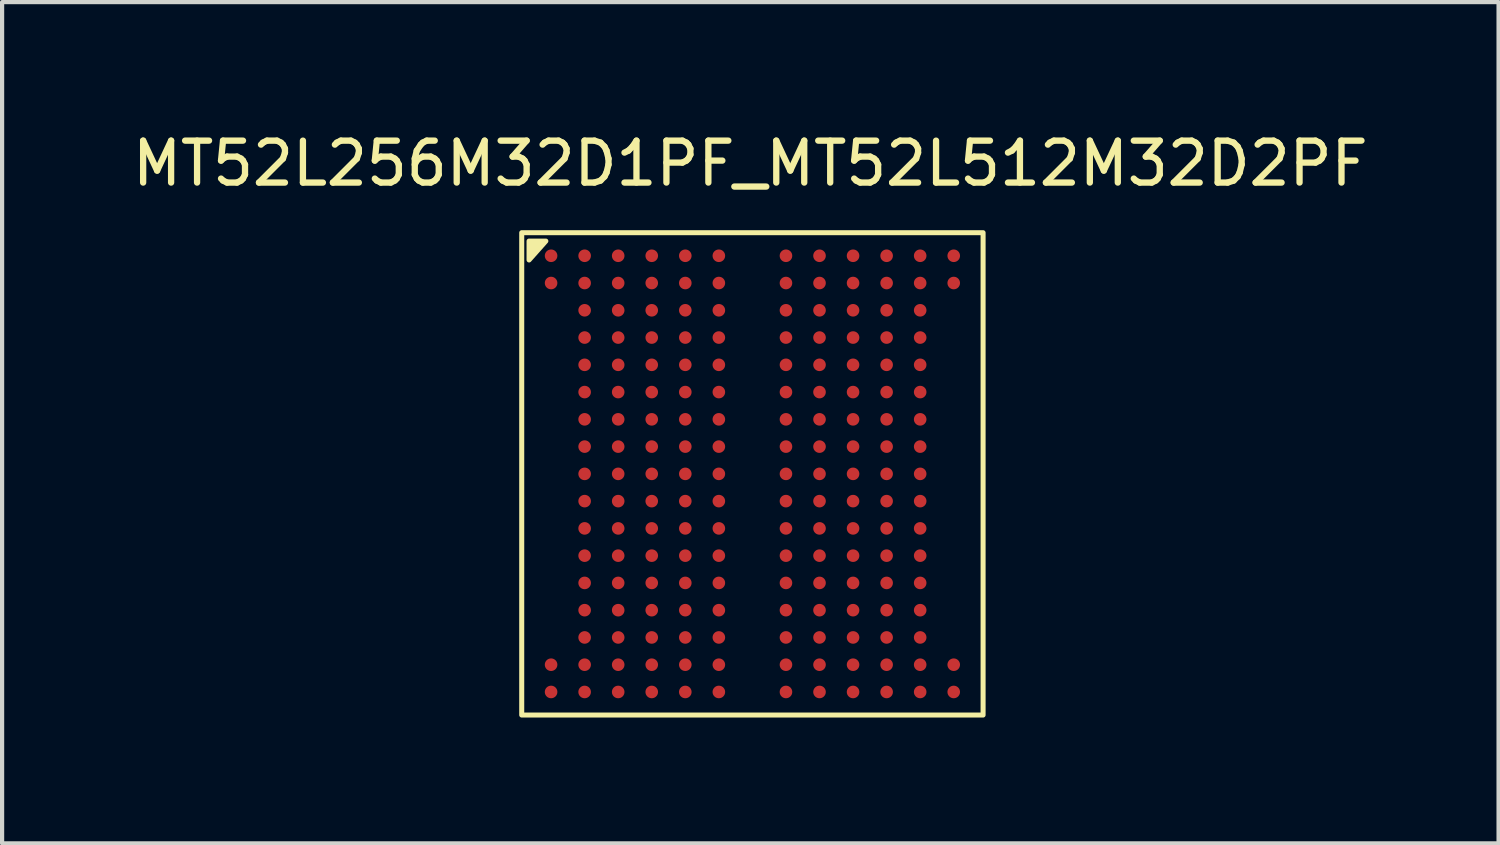
<source format=kicad_pcb>
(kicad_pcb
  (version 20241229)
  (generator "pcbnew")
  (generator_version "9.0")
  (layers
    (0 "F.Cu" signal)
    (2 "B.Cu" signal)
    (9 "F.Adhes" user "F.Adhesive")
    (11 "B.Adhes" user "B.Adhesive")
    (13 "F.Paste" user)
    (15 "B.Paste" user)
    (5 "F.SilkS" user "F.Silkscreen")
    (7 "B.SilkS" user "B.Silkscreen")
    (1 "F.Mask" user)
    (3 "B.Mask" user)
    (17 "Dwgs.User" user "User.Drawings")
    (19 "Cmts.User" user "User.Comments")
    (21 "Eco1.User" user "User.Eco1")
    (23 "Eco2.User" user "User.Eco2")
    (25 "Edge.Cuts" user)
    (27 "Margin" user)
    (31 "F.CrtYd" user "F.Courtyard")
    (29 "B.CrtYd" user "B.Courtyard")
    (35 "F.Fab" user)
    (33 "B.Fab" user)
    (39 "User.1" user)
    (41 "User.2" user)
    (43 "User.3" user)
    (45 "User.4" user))
  (footprint "MT52L256M32D1PF_MT52L512M32D2PF"
    (layer "F.Cu")
    (at 14.889 8.248)
    (property "Reference" "MT52L256M32D1PF_MT52L512M32D2PF" (at -0.05 -7.4 0) (unlocked yes) (layer "F.SilkS") (effects (font (size 1 1) (thickness 0.15))))
    (attr smd)
    (fp_rect (start -5.5 -5.75) (end 5.5 5.75) (stroke (width 0.12) (type default)) (fill no) (layer "F.SilkS"))
    (fp_poly (pts (xy -5.325 -5.55) (xy -5.325 -5.1) (xy -4.925 -5.55)) (stroke (width 0.12) (type solid)) (fill yes) (layer "F.SilkS"))
    (pad "A1" smd circle (at -4.8 -5.2) (size 0.3 0.3) (layers "F.Cu" "F.Mask" "F.Paste"))
    (pad "A2" smd circle (at -4 -5.2) (size 0.3 0.3) (layers "F.Cu" "F.Mask" "F.Paste"))
    (pad "A3" smd circle (at -3.2 -5.2) (size 0.3 0.3) (layers "F.Cu" "F.Mask" "F.Paste"))
    (pad "A4" smd circle (at -2.4 -5.2) (size 0.3 0.3) (layers "F.Cu" "F.Mask" "F.Paste"))
    (pad "A5" smd circle (at -1.6 -5.2) (size 0.3 0.3) (layers "F.Cu" "F.Mask" "F.Paste"))
    (pad "A6" smd circle (at -0.8 -5.2) (size 0.3 0.3) (layers "F.Cu" "F.Mask" "F.Paste"))
    (pad "A8" smd circle (at 0.8 -5.2) (size 0.3 0.3) (layers "F.Cu" "F.Mask" "F.Paste"))
    (pad "A9" smd circle (at 1.6 -5.2) (size 0.3 0.3) (layers "F.Cu" "F.Mask" "F.Paste"))
    (pad "A10" smd circle (at 2.4 -5.2) (size 0.3 0.3) (layers "F.Cu" "F.Mask" "F.Paste"))
    (pad "A11" smd circle (at 3.2 -5.2) (size 0.3 0.3) (layers "F.Cu" "F.Mask" "F.Paste"))
    (pad "A12" smd circle (at 4 -5.2) (size 0.3 0.3) (layers "F.Cu" "F.Mask" "F.Paste"))
    (pad "A13" smd circle (at 4.8 -5.2) (size 0.3 0.3) (layers "F.Cu" "F.Mask" "F.Paste"))
    (pad "B1" smd circle (at -4.8 -4.55) (size 0.3 0.3) (layers "F.Cu" "F.Mask" "F.Paste"))
    (pad "B2" smd circle (at -4 -4.55) (size 0.3 0.3) (layers "F.Cu" "F.Mask" "F.Paste"))
    (pad "B3" smd circle (at -3.2 -4.55) (size 0.3 0.3) (layers "F.Cu" "F.Mask" "F.Paste"))
    (pad "B4" smd circle (at -2.4 -4.55) (size 0.3 0.3) (layers "F.Cu" "F.Mask" "F.Paste"))
    (pad "B5" smd circle (at -1.6 -4.55) (size 0.3 0.3) (layers "F.Cu" "F.Mask" "F.Paste"))
    (pad "B6" smd circle (at -0.8 -4.55) (size 0.3 0.3) (layers "F.Cu" "F.Mask" "F.Paste"))
    (pad "B8" smd circle (at 0.8 -4.55) (size 0.3 0.3) (layers "F.Cu" "F.Mask" "F.Paste"))
    (pad "B9" smd circle (at 1.6 -4.55) (size 0.3 0.3) (layers "F.Cu" "F.Mask" "F.Paste"))
    (pad "B10" smd circle (at 2.4 -4.55) (size 0.3 0.3) (layers "F.Cu" "F.Mask" "F.Paste"))
    (pad "B11" smd circle (at 3.2 -4.55) (size 0.3 0.3) (layers "F.Cu" "F.Mask" "F.Paste"))
    (pad "B12" smd circle (at 4 -4.55) (size 0.3 0.3) (layers "F.Cu" "F.Mask" "F.Paste"))
    (pad "B13" smd circle (at 4.8 -4.55) (size 0.3 0.3) (layers "F.Cu" "F.Mask" "F.Paste"))
    (pad "C2" smd circle (at -4 -3.9) (size 0.3 0.3) (layers "F.Cu" "F.Mask" "F.Paste"))
    (pad "C3" smd circle (at -3.2 -3.9) (size 0.3 0.3) (layers "F.Cu" "F.Mask" "F.Paste"))
    (pad "C4" smd circle (at -2.4 -3.9) (size 0.3 0.3) (layers "F.Cu" "F.Mask" "F.Paste"))
    (pad "C5" smd circle (at -1.6 -3.9) (size 0.3 0.3) (layers "F.Cu" "F.Mask" "F.Paste"))
    (pad "C6" smd circle (at -0.8 -3.9) (size 0.3 0.3) (layers "F.Cu" "F.Mask" "F.Paste"))
    (pad "C8" smd circle (at 0.8 -3.9) (size 0.3 0.3) (layers "F.Cu" "F.Mask" "F.Paste"))
    (pad "C9" smd circle (at 1.6 -3.9) (size 0.3 0.3) (layers "F.Cu" "F.Mask" "F.Paste"))
    (pad "C10" smd circle (at 2.4 -3.9) (size 0.3 0.3) (layers "F.Cu" "F.Mask" "F.Paste"))
    (pad "C11" smd circle (at 3.2 -3.9) (size 0.3 0.3) (layers "F.Cu" "F.Mask" "F.Paste"))
    (pad "C12" smd circle (at 4 -3.9) (size 0.3 0.3) (layers "F.Cu" "F.Mask" "F.Paste"))
    (pad "D2" smd circle (at -4 -3.25) (size 0.3 0.3) (layers "F.Cu" "F.Mask" "F.Paste"))
    (pad "D3" smd circle (at -3.2 -3.25) (size 0.3 0.3) (layers "F.Cu" "F.Mask" "F.Paste"))
    (pad "D4" smd circle (at -2.4 -3.25) (size 0.3 0.3) (layers "F.Cu" "F.Mask" "F.Paste"))
    (pad "D5" smd circle (at -1.6 -3.25) (size 0.3 0.3) (layers "F.Cu" "F.Mask" "F.Paste"))
    (pad "D6" smd circle (at -0.8 -3.25) (size 0.3 0.3) (layers "F.Cu" "F.Mask" "F.Paste"))
    (pad "D8" smd circle (at 0.8 -3.25) (size 0.3 0.3) (layers "F.Cu" "F.Mask" "F.Paste"))
    (pad "D9" smd circle (at 1.6 -3.25) (size 0.3 0.3) (layers "F.Cu" "F.Mask" "F.Paste"))
    (pad "D10" smd circle (at 2.4 -3.25) (size 0.3 0.3) (layers "F.Cu" "F.Mask" "F.Paste"))
    (pad "D11" smd circle (at 3.2 -3.25) (size 0.3 0.3) (layers "F.Cu" "F.Mask" "F.Paste"))
    (pad "D12" smd circle (at 4 -3.25) (size 0.3 0.3) (layers "F.Cu" "F.Mask" "F.Paste"))
    (pad "E2" smd circle (at -4 -2.6) (size 0.3 0.3) (layers "F.Cu" "F.Mask" "F.Paste"))
    (pad "E3" smd circle (at -3.2 -2.6) (size 0.3 0.3) (layers "F.Cu" "F.Mask" "F.Paste"))
    (pad "E4" smd circle (at -2.4 -2.6) (size 0.3 0.3) (layers "F.Cu" "F.Mask" "F.Paste"))
    (pad "E5" smd circle (at -1.6 -2.6) (size 0.3 0.3) (layers "F.Cu" "F.Mask" "F.Paste"))
    (pad "E6" smd circle (at -0.8 -2.6) (size 0.3 0.3) (layers "F.Cu" "F.Mask" "F.Paste"))
    (pad "E8" smd circle (at 0.8 -2.6) (size 0.3 0.3) (layers "F.Cu" "F.Mask" "F.Paste"))
    (pad "E9" smd circle (at 1.6 -2.6) (size 0.3 0.3) (layers "F.Cu" "F.Mask" "F.Paste"))
    (pad "E10" smd circle (at 2.4 -2.6) (size 0.3 0.3) (layers "F.Cu" "F.Mask" "F.Paste"))
    (pad "E11" smd circle (at 3.2 -2.6) (size 0.3 0.3) (layers "F.Cu" "F.Mask" "F.Paste"))
    (pad "E12" smd circle (at 4 -2.6) (size 0.3 0.3) (layers "F.Cu" "F.Mask" "F.Paste"))
    (pad "F2" smd circle (at -4 -1.95) (size 0.3 0.3) (layers "F.Cu" "F.Mask" "F.Paste"))
    (pad "F3" smd circle (at -3.2 -1.95) (size 0.3 0.3) (layers "F.Cu" "F.Mask" "F.Paste"))
    (pad "F4" smd circle (at -2.4 -1.95) (size 0.3 0.3) (layers "F.Cu" "F.Mask" "F.Paste"))
    (pad "F5" smd circle (at -1.6 -1.95) (size 0.3 0.3) (layers "F.Cu" "F.Mask" "F.Paste"))
    (pad "F6" smd circle (at -0.8 -1.95) (size 0.3 0.3) (layers "F.Cu" "F.Mask" "F.Paste"))
    (pad "F8" smd circle (at 0.8 -1.95) (size 0.3 0.3) (layers "F.Cu" "F.Mask" "F.Paste"))
    (pad "F9" smd circle (at 1.6 -1.95) (size 0.3 0.3) (layers "F.Cu" "F.Mask" "F.Paste"))
    (pad "F10" smd circle (at 2.4 -1.95) (size 0.3 0.3) (layers "F.Cu" "F.Mask" "F.Paste"))
    (pad "F11" smd circle (at 3.2 -1.95) (size 0.3 0.3) (layers "F.Cu" "F.Mask" "F.Paste"))
    (pad "F12" smd circle (at 4 -1.95) (size 0.3 0.3) (layers "F.Cu" "F.Mask" "F.Paste"))
    (pad "G2" smd circle (at -4 -1.3) (size 0.3 0.3) (layers "F.Cu" "F.Mask" "F.Paste"))
    (pad "G3" smd circle (at -3.2 -1.3) (size 0.3 0.3) (layers "F.Cu" "F.Mask" "F.Paste"))
    (pad "G4" smd circle (at -2.4 -1.3) (size 0.3 0.3) (layers "F.Cu" "F.Mask" "F.Paste"))
    (pad "G5" smd circle (at -1.6 -1.3) (size 0.3 0.3) (layers "F.Cu" "F.Mask" "F.Paste"))
    (pad "G6" smd circle (at -0.8 -1.3) (size 0.3 0.3) (layers "F.Cu" "F.Mask" "F.Paste"))
    (pad "G8" smd circle (at 0.8 -1.3) (size 0.3 0.3) (layers "F.Cu" "F.Mask" "F.Paste"))
    (pad "G9" smd circle (at 1.6 -1.3) (size 0.3 0.3) (layers "F.Cu" "F.Mask" "F.Paste"))
    (pad "G10" smd circle (at 2.4 -1.3) (size 0.3 0.3) (layers "F.Cu" "F.Mask" "F.Paste"))
    (pad "G11" smd circle (at 3.2 -1.3) (size 0.3 0.3) (layers "F.Cu" "F.Mask" "F.Paste"))
    (pad "G12" smd circle (at 4 -1.3) (size 0.3 0.3) (layers "F.Cu" "F.Mask" "F.Paste"))
    (pad "H2" smd circle (at -4 -0.65) (size 0.3 0.3) (layers "F.Cu" "F.Mask" "F.Paste"))
    (pad "H3" smd circle (at -3.2 -0.65) (size 0.3 0.3) (layers "F.Cu" "F.Mask" "F.Paste"))
    (pad "H4" smd circle (at -2.4 -0.65) (size 0.3 0.3) (layers "F.Cu" "F.Mask" "F.Paste"))
    (pad "H5" smd circle (at -1.6 -0.65) (size 0.3 0.3) (layers "F.Cu" "F.Mask" "F.Paste"))
    (pad "H6" smd circle (at -0.8 -0.65) (size 0.3 0.3) (layers "F.Cu" "F.Mask" "F.Paste"))
    (pad "H8" smd circle (at 0.8 -0.65) (size 0.3 0.3) (layers "F.Cu" "F.Mask" "F.Paste"))
    (pad "H9" smd circle (at 1.6 -0.65) (size 0.3 0.3) (layers "F.Cu" "F.Mask" "F.Paste"))
    (pad "H10" smd circle (at 2.4 -0.65) (size 0.3 0.3) (layers "F.Cu" "F.Mask" "F.Paste"))
    (pad "H11" smd circle (at 3.2 -0.65) (size 0.3 0.3) (layers "F.Cu" "F.Mask" "F.Paste"))
    (pad "H12" smd circle (at 4 -0.65) (size 0.3 0.3) (layers "F.Cu" "F.Mask" "F.Paste"))
    (pad "I2" smd circle (at -4 0) (size 0.3 0.3) (layers "F.Cu" "F.Mask" "F.Paste"))
    (pad "I3" smd circle (at -3.2 0) (size 0.3 0.3) (layers "F.Cu" "F.Mask" "F.Paste"))
    (pad "I4" smd circle (at -2.4 0) (size 0.3 0.3) (layers "F.Cu" "F.Mask" "F.Paste"))
    (pad "I5" smd circle (at -1.6 0) (size 0.3 0.3) (layers "F.Cu" "F.Mask" "F.Paste"))
    (pad "I6" smd circle (at -0.8 0) (size 0.3 0.3) (layers "F.Cu" "F.Mask" "F.Paste"))
    (pad "I8" smd circle (at 0.8 0) (size 0.3 0.3) (layers "F.Cu" "F.Mask" "F.Paste"))
    (pad "I9" smd circle (at 1.6 0) (size 0.3 0.3) (layers "F.Cu" "F.Mask" "F.Paste"))
    (pad "I10" smd circle (at 2.4 0) (size 0.3 0.3) (layers "F.Cu" "F.Mask" "F.Paste"))
    (pad "I11" smd circle (at 3.2 0) (size 0.3 0.3) (layers "F.Cu" "F.Mask" "F.Paste"))
    (pad "I12" smd circle (at 4 0) (size 0.3 0.3) (layers "F.Cu" "F.Mask" "F.Paste"))
    (pad "J2" smd circle (at -4 0.65) (size 0.3 0.3) (layers "F.Cu" "F.Mask" "F.Paste"))
    (pad "J3" smd circle (at -3.2 0.65) (size 0.3 0.3) (layers "F.Cu" "F.Mask" "F.Paste"))
    (pad "J4" smd circle (at -2.4 0.65) (size 0.3 0.3) (layers "F.Cu" "F.Mask" "F.Paste"))
    (pad "J5" smd circle (at -1.6 0.65) (size 0.3 0.3) (layers "F.Cu" "F.Mask" "F.Paste"))
    (pad "J6" smd circle (at -0.8 0.65) (size 0.3 0.3) (layers "F.Cu" "F.Mask" "F.Paste"))
    (pad "J8" smd circle (at 0.8 0.65) (size 0.3 0.3) (layers "F.Cu" "F.Mask" "F.Paste"))
    (pad "J9" smd circle (at 1.6 0.65) (size 0.3 0.3) (layers "F.Cu" "F.Mask" "F.Paste"))
    (pad "J10" smd circle (at 2.4 0.65) (size 0.3 0.3) (layers "F.Cu" "F.Mask" "F.Paste"))
    (pad "J11" smd circle (at 3.2 0.65) (size 0.3 0.3) (layers "F.Cu" "F.Mask" "F.Paste"))
    (pad "J12" smd circle (at 4 0.65) (size 0.3 0.3) (layers "F.Cu" "F.Mask" "F.Paste"))
    (pad "K2" smd circle (at -4 1.3) (size 0.3 0.3) (layers "F.Cu" "F.Mask" "F.Paste"))
    (pad "K3" smd circle (at -3.2 1.3) (size 0.3 0.3) (layers "F.Cu" "F.Mask" "F.Paste"))
    (pad "K4" smd circle (at -2.4 1.3) (size 0.3 0.3) (layers "F.Cu" "F.Mask" "F.Paste"))
    (pad "K5" smd circle (at -1.6 1.3) (size 0.3 0.3) (layers "F.Cu" "F.Mask" "F.Paste"))
    (pad "K6" smd circle (at -0.8 1.3) (size 0.3 0.3) (layers "F.Cu" "F.Mask" "F.Paste"))
    (pad "K8" smd circle (at 0.8 1.3) (size 0.3 0.3) (layers "F.Cu" "F.Mask" "F.Paste"))
    (pad "K9" smd circle (at 1.6 1.3) (size 0.3 0.3) (layers "F.Cu" "F.Mask" "F.Paste"))
    (pad "K10" smd circle (at 2.4 1.3) (size 0.3 0.3) (layers "F.Cu" "F.Mask" "F.Paste"))
    (pad "K11" smd circle (at 3.2 1.3) (size 0.3 0.3) (layers "F.Cu" "F.Mask" "F.Paste"))
    (pad "K12" smd circle (at 4 1.3) (size 0.3 0.3) (layers "F.Cu" "F.Mask" "F.Paste"))
    (pad "L2" smd circle (at -4 1.95) (size 0.3 0.3) (layers "F.Cu" "F.Mask" "F.Paste"))
    (pad "L3" smd circle (at -3.2 1.95) (size 0.3 0.3) (layers "F.Cu" "F.Mask" "F.Paste"))
    (pad "L4" smd circle (at -2.4 1.95) (size 0.3 0.3) (layers "F.Cu" "F.Mask" "F.Paste"))
    (pad "L5" smd circle (at -1.6 1.95) (size 0.3 0.3) (layers "F.Cu" "F.Mask" "F.Paste"))
    (pad "L6" smd circle (at -0.8 1.95) (size 0.3 0.3) (layers "F.Cu" "F.Mask" "F.Paste"))
    (pad "L8" smd circle (at 0.8 1.95) (size 0.3 0.3) (layers "F.Cu" "F.Mask" "F.Paste"))
    (pad "L9" smd circle (at 1.6 1.95) (size 0.3 0.3) (layers "F.Cu" "F.Mask" "F.Paste"))
    (pad "L10" smd circle (at 2.4 1.95) (size 0.3 0.3) (layers "F.Cu" "F.Mask" "F.Paste"))
    (pad "L11" smd circle (at 3.2 1.95) (size 0.3 0.3) (layers "F.Cu" "F.Mask" "F.Paste"))
    (pad "L12" smd circle (at 4 1.95) (size 0.3 0.3) (layers "F.Cu" "F.Mask" "F.Paste"))
    (pad "M2" smd circle (at -4 2.6) (size 0.3 0.3) (layers "F.Cu" "F.Mask" "F.Paste"))
    (pad "M3" smd circle (at -3.2 2.6) (size 0.3 0.3) (layers "F.Cu" "F.Mask" "F.Paste"))
    (pad "M4" smd circle (at -2.4 2.6) (size 0.3 0.3) (layers "F.Cu" "F.Mask" "F.Paste"))
    (pad "M5" smd circle (at -1.6 2.6) (size 0.3 0.3) (layers "F.Cu" "F.Mask" "F.Paste"))
    (pad "M6" smd circle (at -0.8 2.6) (size 0.3 0.3) (layers "F.Cu" "F.Mask" "F.Paste"))
    (pad "M8" smd circle (at 0.8 2.6) (size 0.3 0.3) (layers "F.Cu" "F.Mask" "F.Paste"))
    (pad "M9" smd circle (at 1.6 2.6) (size 0.3 0.3) (layers "F.Cu" "F.Mask" "F.Paste"))
    (pad "M10" smd circle (at 2.4 2.6) (size 0.3 0.3) (layers "F.Cu" "F.Mask" "F.Paste"))
    (pad "M11" smd circle (at 3.2 2.6) (size 0.3 0.3) (layers "F.Cu" "F.Mask" "F.Paste"))
    (pad "M12" smd circle (at 4 2.6) (size 0.3 0.3) (layers "F.Cu" "F.Mask" "F.Paste"))
    (pad "N2" smd circle (at -4 3.25) (size 0.3 0.3) (layers "F.Cu" "F.Mask" "F.Paste"))
    (pad "N3" smd circle (at -3.2 3.25) (size 0.3 0.3) (layers "F.Cu" "F.Mask" "F.Paste"))
    (pad "N4" smd circle (at -2.4 3.25) (size 0.3 0.3) (layers "F.Cu" "F.Mask" "F.Paste"))
    (pad "N5" smd circle (at -1.6 3.25) (size 0.3 0.3) (layers "F.Cu" "F.Mask" "F.Paste"))
    (pad "N6" smd circle (at -0.8 3.25) (size 0.3 0.3) (layers "F.Cu" "F.Mask" "F.Paste"))
    (pad "N8" smd circle (at 0.8 3.25) (size 0.3 0.3) (layers "F.Cu" "F.Mask" "F.Paste"))
    (pad "N9" smd circle (at 1.6 3.25) (size 0.3 0.3) (layers "F.Cu" "F.Mask" "F.Paste"))
    (pad "N10" smd circle (at 2.4 3.25) (size 0.3 0.3) (layers "F.Cu" "F.Mask" "F.Paste"))
    (pad "N11" smd circle (at 3.2 3.25) (size 0.3 0.3) (layers "F.Cu" "F.Mask" "F.Paste"))
    (pad "N12" smd circle (at 4 3.25) (size 0.3 0.3) (layers "F.Cu" "F.Mask" "F.Paste"))
    (pad "O2" smd circle (at -4 3.9) (size 0.3 0.3) (layers "F.Cu" "F.Mask" "F.Paste"))
    (pad "O3" smd circle (at -3.2 3.9) (size 0.3 0.3) (layers "F.Cu" "F.Mask" "F.Paste"))
    (pad "O4" smd circle (at -2.4 3.9) (size 0.3 0.3) (layers "F.Cu" "F.Mask" "F.Paste"))
    (pad "O5" smd circle (at -1.6 3.9) (size 0.3 0.3) (layers "F.Cu" "F.Mask" "F.Paste"))
    (pad "O6" smd circle (at -0.8 3.9) (size 0.3 0.3) (layers "F.Cu" "F.Mask" "F.Paste"))
    (pad "O8" smd circle (at 0.8 3.9) (size 0.3 0.3) (layers "F.Cu" "F.Mask" "F.Paste"))
    (pad "O9" smd circle (at 1.6 3.9) (size 0.3 0.3) (layers "F.Cu" "F.Mask" "F.Paste"))
    (pad "O10" smd circle (at 2.4 3.9) (size 0.3 0.3) (layers "F.Cu" "F.Mask" "F.Paste"))
    (pad "O11" smd circle (at 3.2 3.9) (size 0.3 0.3) (layers "F.Cu" "F.Mask" "F.Paste"))
    (pad "O12" smd circle (at 4 3.9) (size 0.3 0.3) (layers "F.Cu" "F.Mask" "F.Paste"))
    (pad "P1" smd circle (at -4.8 4.55) (size 0.3 0.3) (layers "F.Cu" "F.Mask" "F.Paste"))
    (pad "P2" smd circle (at -4 4.55) (size 0.3 0.3) (layers "F.Cu" "F.Mask" "F.Paste"))
    (pad "P3" smd circle (at -3.2 4.55) (size 0.3 0.3) (layers "F.Cu" "F.Mask" "F.Paste"))
    (pad "P4" smd circle (at -2.4 4.55) (size 0.3 0.3) (layers "F.Cu" "F.Mask" "F.Paste"))
    (pad "P5" smd circle (at -1.6 4.55) (size 0.3 0.3) (layers "F.Cu" "F.Mask" "F.Paste"))
    (pad "P6" smd circle (at -0.8 4.55) (size 0.3 0.3) (layers "F.Cu" "F.Mask" "F.Paste"))
    (pad "P8" smd circle (at 0.8 4.55) (size 0.3 0.3) (layers "F.Cu" "F.Mask" "F.Paste"))
    (pad "P9" smd circle (at 1.6 4.55) (size 0.3 0.3) (layers "F.Cu" "F.Mask" "F.Paste"))
    (pad "P10" smd circle (at 2.4 4.55) (size 0.3 0.3) (layers "F.Cu" "F.Mask" "F.Paste"))
    (pad "P11" smd circle (at 3.2 4.55) (size 0.3 0.3) (layers "F.Cu" "F.Mask" "F.Paste"))
    (pad "P12" smd circle (at 4 4.55) (size 0.3 0.3) (layers "F.Cu" "F.Mask" "F.Paste"))
    (pad "P13" smd circle (at 4.8 4.55) (size 0.3 0.3) (layers "F.Cu" "F.Mask" "F.Paste"))
    (pad "Q1" smd circle (at -4.8 5.2) (size 0.3 0.3) (layers "F.Cu" "F.Mask" "F.Paste"))
    (pad "Q2" smd circle (at -4 5.2) (size 0.3 0.3) (layers "F.Cu" "F.Mask" "F.Paste"))
    (pad "Q3" smd circle (at -3.2 5.2) (size 0.3 0.3) (layers "F.Cu" "F.Mask" "F.Paste"))
    (pad "Q4" smd circle (at -2.4 5.2) (size 0.3 0.3) (layers "F.Cu" "F.Mask" "F.Paste"))
    (pad "Q5" smd circle (at -1.6 5.2) (size 0.3 0.3) (layers "F.Cu" "F.Mask" "F.Paste"))
    (pad "Q6" smd circle (at -0.8 5.2) (size 0.3 0.3) (layers "F.Cu" "F.Mask" "F.Paste"))
    (pad "Q8" smd circle (at 0.8 5.2) (size 0.3 0.3) (layers "F.Cu" "F.Mask" "F.Paste"))
    (pad "Q9" smd circle (at 1.6 5.2) (size 0.3 0.3) (layers "F.Cu" "F.Mask" "F.Paste"))
    (pad "Q10" smd circle (at 2.4 5.2) (size 0.3 0.3) (layers "F.Cu" "F.Mask" "F.Paste"))
    (pad "Q11" smd circle (at 3.2 5.2) (size 0.3 0.3) (layers "F.Cu" "F.Mask" "F.Paste"))
    (pad "Q12" smd circle (at 4 5.2) (size 0.3 0.3) (layers "F.Cu" "F.Mask" "F.Paste"))
    (pad "Q13" smd circle (at 4.8 5.2) (size 0.3 0.3) (layers "F.Cu" "F.Mask" "F.Paste")))
  (gr_rect
    (start -3 -3)
    (end 32.679 17.058)
    (stroke (width 0.1) (type default))
    (fill no)
    (layer "Edge.Cuts")))
</source>
